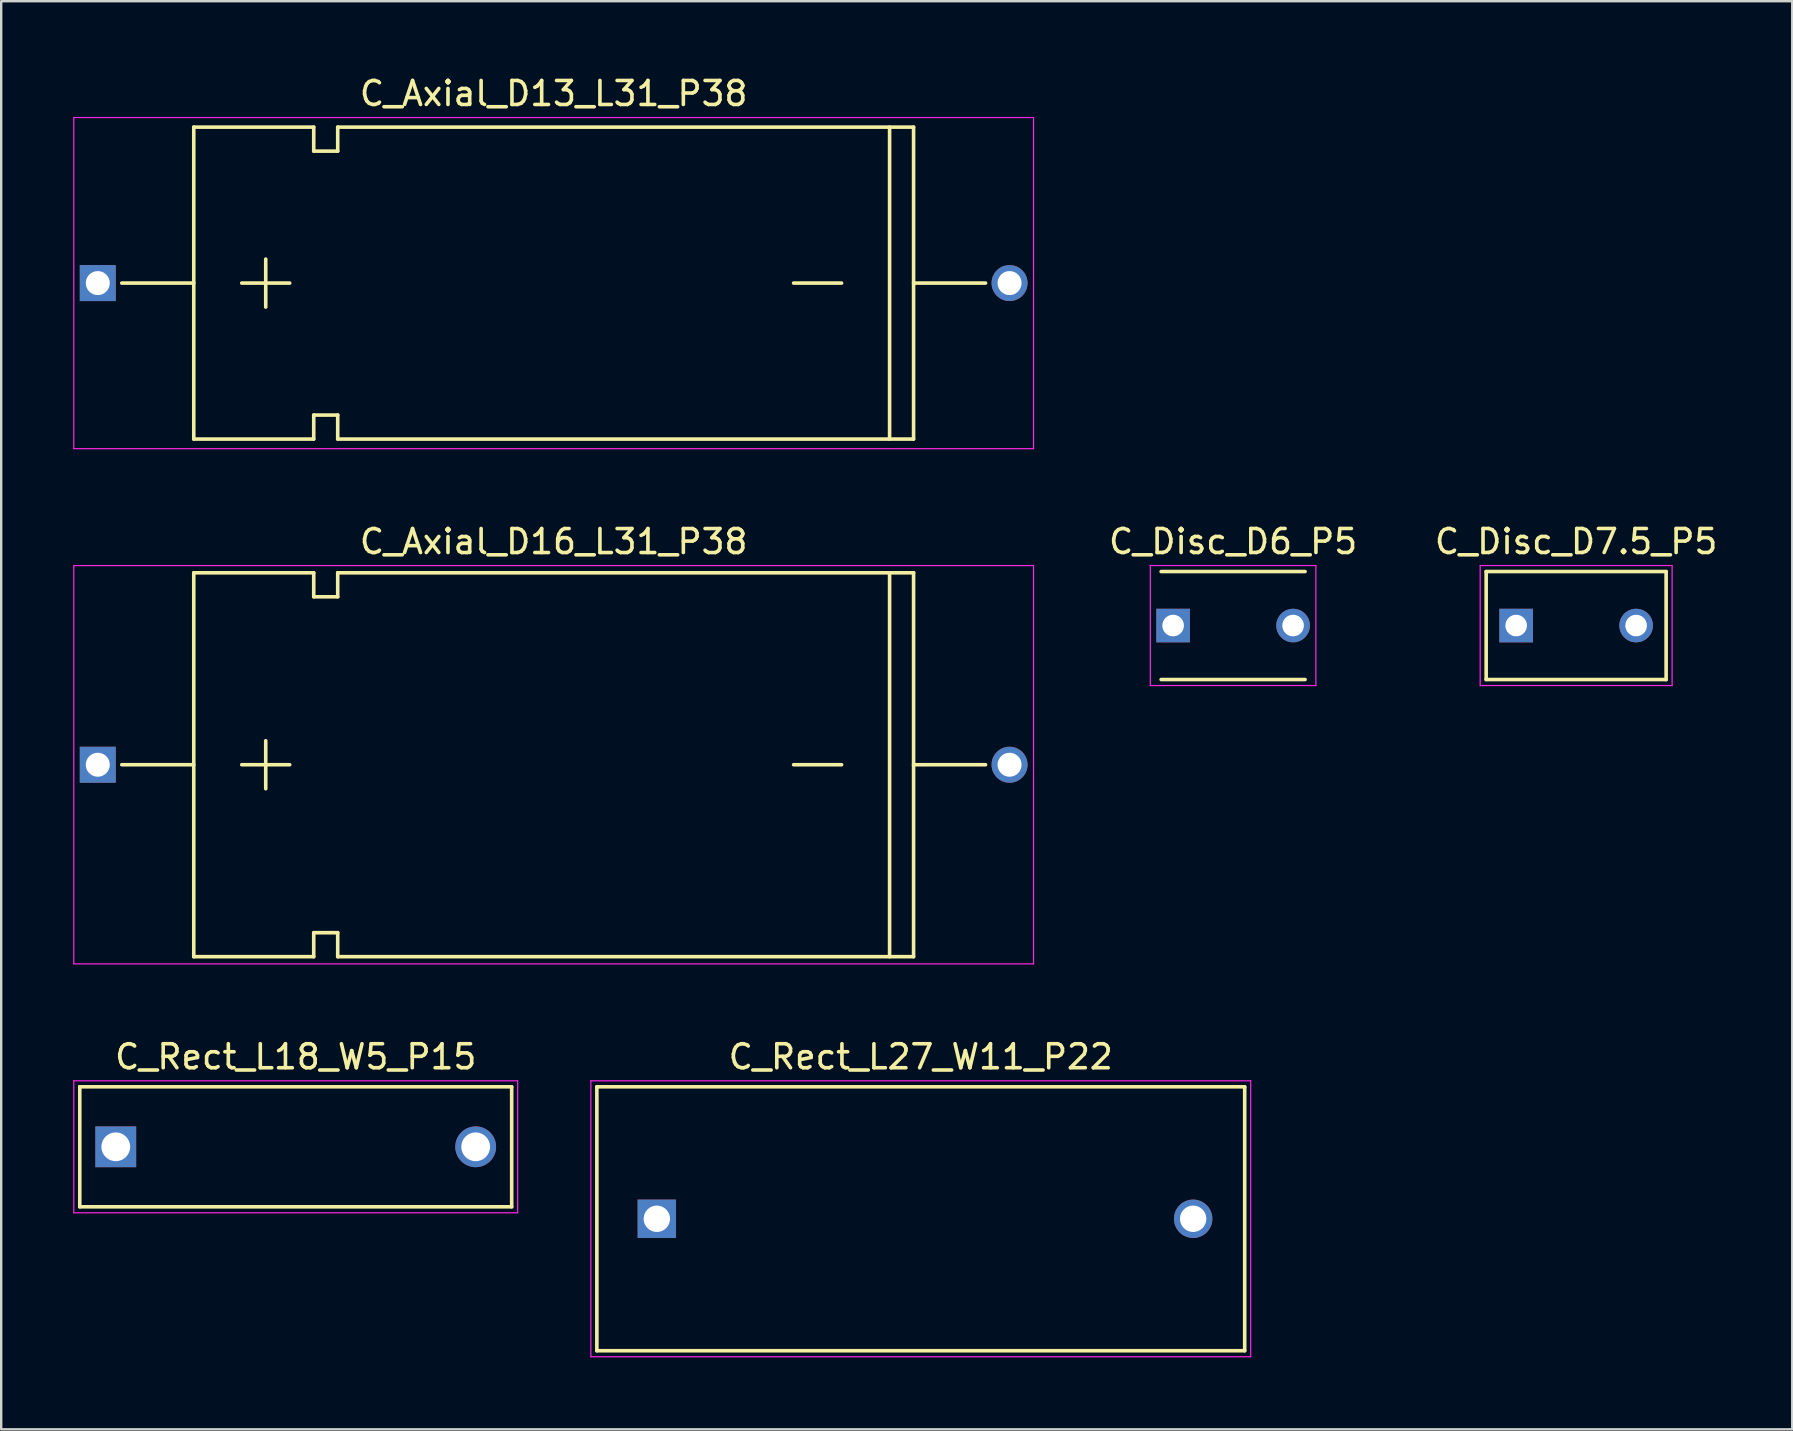
<source format=kicad_pcb>
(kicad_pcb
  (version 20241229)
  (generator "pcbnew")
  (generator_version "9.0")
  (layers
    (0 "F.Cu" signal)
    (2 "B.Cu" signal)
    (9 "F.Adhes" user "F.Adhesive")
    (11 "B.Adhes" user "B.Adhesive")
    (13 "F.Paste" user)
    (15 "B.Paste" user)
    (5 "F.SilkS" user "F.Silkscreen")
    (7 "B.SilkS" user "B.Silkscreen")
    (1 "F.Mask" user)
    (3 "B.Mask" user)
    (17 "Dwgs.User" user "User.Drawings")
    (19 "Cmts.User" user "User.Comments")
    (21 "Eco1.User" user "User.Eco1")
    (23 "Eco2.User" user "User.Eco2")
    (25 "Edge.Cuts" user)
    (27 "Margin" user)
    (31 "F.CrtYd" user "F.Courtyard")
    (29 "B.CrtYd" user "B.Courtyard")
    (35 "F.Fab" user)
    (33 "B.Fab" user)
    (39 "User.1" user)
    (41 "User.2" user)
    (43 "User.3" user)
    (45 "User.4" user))
  (footprint "C_Disc_D6_P5"
    (layer "F.Cu")
    (at 45.842 23.021)
    (property "Reference" "C_Disc_D6_P5" (at 2.5 -3.5 0) (layer "F.SilkS") (effects (font (size 1 1) (thickness 0.15))))
    (attr through_hole)
    (fp_line (start -0.5 -2.25) (end 5.5 -2.25) (stroke (width 0.15) (type solid)) (layer "F.SilkS"))
    (fp_line (start 5.5 2.25) (end -0.5 2.25) (stroke (width 0.15) (type solid)) (layer "F.SilkS"))
    (fp_line (start -0.95 -2.5) (end 5.95 -2.5) (stroke (width 0.05) (type solid)) (layer "F.CrtYd"))
    (fp_line (start -0.95 2.5) (end -0.95 -2.5) (stroke (width 0.05) (type solid)) (layer "F.CrtYd"))
    (fp_line (start 5.95 -2.5) (end 5.95 2.5) (stroke (width 0.05) (type solid)) (layer "F.CrtYd"))
    (fp_line (start 5.95 2.5) (end -0.95 2.5) (stroke (width 0.05) (type solid)) (layer "F.CrtYd"))
    (pad "1" thru_hole rect (at 0 0) (size 1.4 1.4) (drill 0.9) (layers "*.Cu" "*.Mask"))
    (pad "2" thru_hole circle (at 5 0) (size 1.4 1.4) (drill 0.9) (layers "*.Cu" "*.Mask")))
  (footprint "C_Axial_D13_L31_P38"
    (layer "F.Cu")
    (at 1.025 8.748)
    (property "Reference" "C_Axial_D13_L31_P38" (at 19 -7.9 0) (layer "F.SilkS") (effects (font (size 1 1) (thickness 0.15))))
    (attr through_hole)
    (fp_line (start 4 0) (end 1 0) (stroke (width 0.15) (type solid)) (layer "F.SilkS"))
    (fp_line (start 4 6.5) (end 4 -6.5) (stroke (width 0.15) (type solid)) (layer "F.SilkS"))
    (fp_line (start 6 0) (end 8 0) (stroke (width 0.15) (type solid)) (layer "F.SilkS"))
    (fp_line (start 7 1) (end 7 -1) (stroke (width 0.15) (type solid)) (layer "F.SilkS"))
    (fp_line (start 9 -6.5) (end 4 -6.5) (stroke (width 0.15) (type solid)) (layer "F.SilkS"))
    (fp_line (start 9 -6.5) (end 9 -5.5) (stroke (width 0.15) (type solid)) (layer "F.SilkS"))
    (fp_line (start 9 -5.5) (end 10 -5.5) (stroke (width 0.15) (type solid)) (layer "F.SilkS"))
    (fp_line (start 9 5.5) (end 9 6.5) (stroke (width 0.15) (type solid)) (layer "F.SilkS"))
    (fp_line (start 9 6.5) (end 4 6.5) (stroke (width 0.15) (type solid)) (layer "F.SilkS"))
    (fp_line (start 10 -5.5) (end 10 -6.5) (stroke (width 0.15) (type solid)) (layer "F.SilkS"))
    (fp_line (start 10 5.5) (end 9 5.5) (stroke (width 0.15) (type solid)) (layer "F.SilkS"))
    (fp_line (start 10 6.5) (end 10 5.5) (stroke (width 0.15) (type solid)) (layer "F.SilkS"))
    (fp_line (start 10 6.5) (end 34 6.5) (stroke (width 0.15) (type solid)) (layer "F.SilkS"))
    (fp_line (start 29 0) (end 31 0) (stroke (width 0.15) (type solid)) (layer "F.SilkS"))
    (fp_line (start 33 -6.5) (end 33 6.5) (stroke (width 0.15) (type solid)) (layer "F.SilkS"))
    (fp_line (start 34 -6.5) (end 10 -6.5) (stroke (width 0.15) (type solid)) (layer "F.SilkS"))
    (fp_line (start 34 6.5) (end 34 -6.5) (stroke (width 0.15) (type solid)) (layer "F.SilkS"))
    (fp_line (start 37 0) (end 34 0) (stroke (width 0.15) (type solid)) (layer "F.SilkS"))
    (fp_line (start -1 -6.9) (end 39 -6.9) (stroke (width 0.05) (type solid)) (layer "F.CrtYd"))
    (fp_line (start -1 6.9) (end -1 -6.9) (stroke (width 0.05) (type solid)) (layer "F.CrtYd"))
    (fp_line (start 39 -6.9) (end 39 6.9) (stroke (width 0.05) (type solid)) (layer "F.CrtYd"))
    (fp_line (start 39 6.9) (end -1 6.9) (stroke (width 0.05) (type solid)) (layer "F.CrtYd"))
    (pad "1" thru_hole rect (at 0 0) (size 1.5 1.5) (drill 1) (layers "*.Cu" "*.Mask"))
    (pad "2" thru_hole circle (at 38 0) (size 1.5 1.5) (drill 1) (layers "*.Cu" "*.Mask")))
  (footprint "C_Rect_L18_W5_P15"
    (layer "F.Cu")
    (at 1.775 44.745)
    (property "Reference" "C_Rect_L18_W5_P15" (at 7.5 -3.75 0) (layer "F.SilkS") (effects (font (size 1 1) (thickness 0.15))))
    (attr through_hole)
    (fp_line (start -1.5 -2.5) (end -1.5 -2.5) (stroke (width 0.15) (type solid)) (layer "F.SilkS"))
    (fp_line (start -1.5 -2.5) (end -1.5 2.5) (stroke (width 0.15) (type solid)) (layer "F.SilkS"))
    (fp_line (start -1.5 2.5) (end 16.5 2.5) (stroke (width 0.15) (type solid)) (layer "F.SilkS"))
    (fp_line (start 16.5 -2.5) (end -1.5 -2.5) (stroke (width 0.15) (type solid)) (layer "F.SilkS"))
    (fp_line (start 16.5 2.5) (end 16.5 -2.5) (stroke (width 0.15) (type solid)) (layer "F.SilkS"))
    (fp_line (start -1.75 -2.75) (end 16.75 -2.75) (stroke (width 0.05) (type solid)) (layer "F.CrtYd"))
    (fp_line (start -1.75 2.75) (end -1.75 -2.75) (stroke (width 0.05) (type solid)) (layer "F.CrtYd"))
    (fp_line (start 16.75 -2.75) (end 16.75 2.75) (stroke (width 0.05) (type solid)) (layer "F.CrtYd"))
    (fp_line (start 16.75 2.75) (end -1.75 2.75) (stroke (width 0.05) (type solid)) (layer "F.CrtYd"))
    (pad "1" thru_hole rect (at 0 0) (size 1.7 1.7) (drill 1.2) (layers "*.Cu" "*.Mask"))
    (pad "2" thru_hole circle (at 15 0) (size 1.7 1.7) (drill 1.2) (layers "*.Cu" "*.Mask")))
  (footprint "C_Axial_D16_L31_P38"
    (layer "F.Cu")
    (at 1.025 28.822)
    (property "Reference" "C_Axial_D16_L31_P38" (at 19 -9.3 0) (layer "F.SilkS") (effects (font (size 1 1) (thickness 0.15))))
    (attr through_hole)
    (fp_line (start 4 0) (end 1 0) (stroke (width 0.15) (type solid)) (layer "F.SilkS"))
    (fp_line (start 4 8) (end 4 -8) (stroke (width 0.15) (type solid)) (layer "F.SilkS"))
    (fp_line (start 6 0) (end 8 0) (stroke (width 0.15) (type solid)) (layer "F.SilkS"))
    (fp_line (start 7 1) (end 7 -1) (stroke (width 0.15) (type solid)) (layer "F.SilkS"))
    (fp_line (start 9 -8) (end 4 -8) (stroke (width 0.15) (type solid)) (layer "F.SilkS"))
    (fp_line (start 9 -8) (end 9 -7) (stroke (width 0.15) (type solid)) (layer "F.SilkS"))
    (fp_line (start 9 -7) (end 10 -7) (stroke (width 0.15) (type solid)) (layer "F.SilkS"))
    (fp_line (start 9 7) (end 9 8) (stroke (width 0.15) (type solid)) (layer "F.SilkS"))
    (fp_line (start 9 8) (end 4 8) (stroke (width 0.15) (type solid)) (layer "F.SilkS"))
    (fp_line (start 10 -7) (end 10 -8) (stroke (width 0.15) (type solid)) (layer "F.SilkS"))
    (fp_line (start 10 7) (end 9 7) (stroke (width 0.15) (type solid)) (layer "F.SilkS"))
    (fp_line (start 10 8) (end 10 7) (stroke (width 0.15) (type solid)) (layer "F.SilkS"))
    (fp_line (start 10 8) (end 34 8) (stroke (width 0.15) (type solid)) (layer "F.SilkS"))
    (fp_line (start 29 0) (end 31 0) (stroke (width 0.15) (type solid)) (layer "F.SilkS"))
    (fp_line (start 33 -8) (end 33 8) (stroke (width 0.15) (type solid)) (layer "F.SilkS"))
    (fp_line (start 34 -8) (end 10 -8) (stroke (width 0.15) (type solid)) (layer "F.SilkS"))
    (fp_line (start 34 8) (end 34 -8) (stroke (width 0.15) (type solid)) (layer "F.SilkS"))
    (fp_line (start 37 0) (end 34 0) (stroke (width 0.15) (type solid)) (layer "F.SilkS"))
    (fp_line (start -1 -8.3) (end 39 -8.3) (stroke (width 0.05) (type solid)) (layer "F.CrtYd"))
    (fp_line (start -1 8.3) (end -1 -8.3) (stroke (width 0.05) (type solid)) (layer "F.CrtYd"))
    (fp_line (start 39 -8.3) (end 39 8.3) (stroke (width 0.05) (type solid)) (layer "F.CrtYd"))
    (fp_line (start 39 8.3) (end -1 8.3) (stroke (width 0.05) (type solid)) (layer "F.CrtYd"))
    (pad "1" thru_hole rect (at 0 0) (size 1.5 1.5) (drill 1) (layers "*.Cu" "*.Mask"))
    (pad "2" thru_hole circle (at 38 0) (size 1.5 1.5) (drill 1) (layers "*.Cu" "*.Mask")))
  (footprint "C_Rect_L27_W11_P22"
    (layer "F.Cu")
    (at 24.325 47.745)
    (property "Reference" "C_Rect_L27_W11_P22" (at 11 -6.75 0) (layer "F.SilkS") (effects (font (size 1 1) (thickness 0.15))))
    (attr through_hole)
    (fp_line (start -2.5 -5.5) (end 24.5 -5.5) (stroke (width 0.15) (type solid)) (layer "F.SilkS"))
    (fp_line (start -2.5 5.5) (end -2.5 -5.5) (stroke (width 0.15) (type solid)) (layer "F.SilkS"))
    (fp_line (start 24.5 -5.5) (end 24.5 5.5) (stroke (width 0.15) (type solid)) (layer "F.SilkS"))
    (fp_line (start 24.5 5.5) (end -2.5 5.5) (stroke (width 0.15) (type solid)) (layer "F.SilkS"))
    (fp_line (start -2.75 -5.75) (end 24.75 -5.75) (stroke (width 0.05) (type solid)) (layer "F.CrtYd"))
    (fp_line (start -2.75 5.75) (end -2.75 -5.75) (stroke (width 0.05) (type solid)) (layer "F.CrtYd"))
    (fp_line (start 24.75 -5.75) (end 24.75 5.75) (stroke (width 0.05) (type solid)) (layer "F.CrtYd"))
    (fp_line (start 24.75 5.75) (end -2.75 5.75) (stroke (width 0.05) (type solid)) (layer "F.CrtYd"))
    (pad "1" thru_hole rect (at 0 0) (size 1.6 1.6) (drill 1.1) (layers "*.Cu" "*.Mask"))
    (pad "2" thru_hole circle (at 22.352 0) (size 1.6 1.6) (drill 1.1) (layers "*.Cu" "*.Mask")))
  (footprint "C_Disc_D7.5_P5"
    (layer "F.Cu")
    (at 60.139 23.021)
    (property "Reference" "C_Disc_D7.5_P5" (at 2.5 -3.5 0) (layer "F.SilkS") (effects (font (size 1 1) (thickness 0.15))))
    (attr through_hole)
    (fp_line (start -1.25 -2.25) (end 6.25 -2.25) (stroke (width 0.15) (type solid)) (layer "F.SilkS"))
    (fp_line (start -1.25 2.25) (end -1.25 -2.25) (stroke (width 0.15) (type solid)) (layer "F.SilkS"))
    (fp_line (start 6.25 -2.25) (end 6.25 2.25) (stroke (width 0.15) (type solid)) (layer "F.SilkS"))
    (fp_line (start 6.25 2.25) (end -1.25 2.25) (stroke (width 0.15) (type solid)) (layer "F.SilkS"))
    (fp_line (start -1.5 -2.5) (end 6.5 -2.5) (stroke (width 0.05) (type solid)) (layer "F.CrtYd"))
    (fp_line (start -1.5 2.5) (end -1.5 -2.5) (stroke (width 0.05) (type solid)) (layer "F.CrtYd"))
    (fp_line (start 6.5 -2.5) (end 6.5 2.5) (stroke (width 0.05) (type solid)) (layer "F.CrtYd"))
    (fp_line (start 6.5 2.5) (end -1.5 2.5) (stroke (width 0.05) (type solid)) (layer "F.CrtYd"))
    (pad "1" thru_hole rect (at 0 0) (size 1.4 1.4) (drill 0.9) (layers "*.Cu" "*.Mask"))
    (pad "2" thru_hole circle (at 5 0) (size 1.4 1.4) (drill 0.9) (layers "*.Cu" "*.Mask")))
  (gr_rect
    (start -3 -3)
    (end 71.645 56.52)
    (stroke (width 0.1) (type default))
    (fill no)
    (layer "Edge.Cuts")))
</source>
